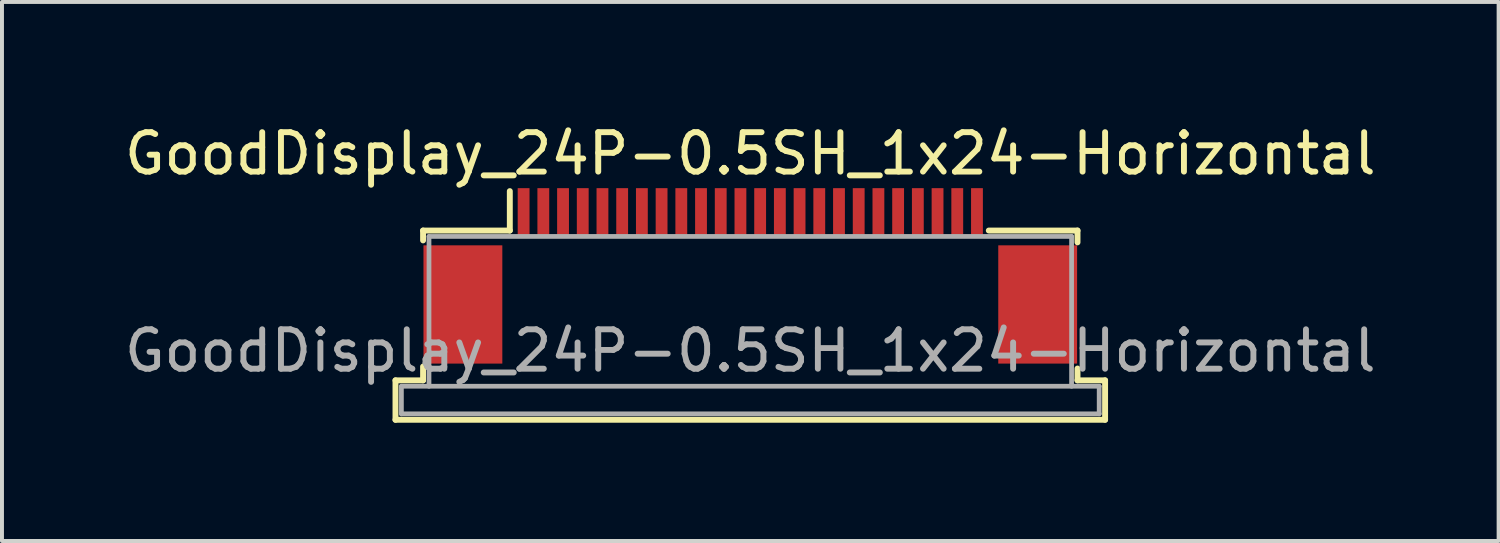
<source format=kicad_pcb>
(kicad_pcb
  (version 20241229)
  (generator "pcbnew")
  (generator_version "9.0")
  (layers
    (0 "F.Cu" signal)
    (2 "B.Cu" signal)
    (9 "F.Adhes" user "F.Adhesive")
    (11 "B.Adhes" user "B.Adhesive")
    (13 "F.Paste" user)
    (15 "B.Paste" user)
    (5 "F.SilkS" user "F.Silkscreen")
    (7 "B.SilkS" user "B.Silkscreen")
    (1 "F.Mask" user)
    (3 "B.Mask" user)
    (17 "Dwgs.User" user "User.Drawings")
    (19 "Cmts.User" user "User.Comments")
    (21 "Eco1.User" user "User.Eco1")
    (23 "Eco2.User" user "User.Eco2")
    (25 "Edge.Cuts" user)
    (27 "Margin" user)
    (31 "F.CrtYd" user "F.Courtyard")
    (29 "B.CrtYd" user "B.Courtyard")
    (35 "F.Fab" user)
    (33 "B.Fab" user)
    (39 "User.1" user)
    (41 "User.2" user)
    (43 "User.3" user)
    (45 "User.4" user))
  (footprint "GoodDisplay_24P-0.5SH_1x24-Horizontal"
    (layer "F.Cu")
    (at 15.982 4.598)
    (property "Reference" "GoodDisplay_24P-0.5SH_1x24-Horizontal" (at 0 -3.75 0) (layer "F.SilkS") (effects (font (size 1 1) (thickness 0.15))))
    (attr smd)
    (fp_line (start -9 2) (end -9 3) (stroke (width 0.15) (type solid)) (layer "F.SilkS"))
    (fp_line (start -9 3) (end 9 3) (stroke (width 0.15) (type solid)) (layer "F.SilkS"))
    (fp_line (start -8.3 -1.8) (end -8.3 -1.55) (stroke (width 0.15) (type solid)) (layer "F.SilkS"))
    (fp_line (start -8.3 1.65) (end -8.3 2) (stroke (width 0.15) (type solid)) (layer "F.SilkS"))
    (fp_line (start -8.3 2) (end -9 2) (stroke (width 0.15) (type solid)) (layer "F.SilkS"))
    (fp_line (start -6.1 -2.8) (end -6.1 -1.8) (stroke (width 0.15) (type solid)) (layer "F.SilkS"))
    (fp_line (start -6.1 -1.8) (end -8.3 -1.8) (stroke (width 0.15) (type solid)) (layer "F.SilkS"))
    (fp_line (start 8.3 -1.8) (end 6.05 -1.8) (stroke (width 0.15) (type solid)) (layer "F.SilkS"))
    (fp_line (start 8.3 -1.5) (end 8.3 -1.8) (stroke (width 0.15) (type solid)) (layer "F.SilkS"))
    (fp_line (start 8.3 2) (end 8.3 1.7) (stroke (width 0.15) (type solid)) (layer "F.SilkS"))
    (fp_line (start 9 2) (end 8.3 2) (stroke (width 0.15) (type solid)) (layer "F.SilkS"))
    (fp_line (start 9 3) (end 9 2) (stroke (width 0.15) (type solid)) (layer "F.SilkS"))
    (fp_line (start -8.85 2.15) (end 8.85 2.15) (stroke (width 0.12) (type solid)) (layer "F.Fab"))
    (fp_line (start -8.85 2.85) (end -8.85 2.15) (stroke (width 0.12) (type solid)) (layer "F.Fab"))
    (fp_line (start -8.15 -1.65) (end -8.15 2.15) (stroke (width 0.12) (type solid)) (layer "F.Fab"))
    (fp_line (start 8.15 -1.65) (end -8.15 -1.65) (stroke (width 0.12) (type solid)) (layer "F.Fab"))
    (fp_line (start 8.15 2.15) (end 8.15 -1.65) (stroke (width 0.12) (type solid)) (layer "F.Fab"))
    (fp_line (start 8.85 2.15) (end 8.85 2.85) (stroke (width 0.12) (type solid)) (layer "F.Fab"))
    (fp_line (start 8.85 2.85) (end -8.85 2.85) (stroke (width 0.12) (type solid)) (layer "F.Fab"))
    (fp_text user "${REFERENCE}" (at 0 1.25 0) (layer "F.Fab") (effects (font (size 1 1) (thickness 0.15))))
    (pad "" smd rect (at -7.29 0.075) (size 2 3) (layers "F.Cu" "F.Mask" "F.Paste"))
    (pad "" smd rect (at 7.29 0.075) (size 2 3) (layers "F.Cu" "F.Mask" "F.Paste"))
    (pad "1" smd rect (at 5.75 -2.25 180) (size 0.3 1.25) (layers "F.Cu" "F.Mask" "F.Paste"))
    (pad "2" smd rect (at 5.25 -2.25 180) (size 0.3 1.25) (layers "F.Cu" "F.Mask" "F.Paste"))
    (pad "3" smd rect (at 4.75 -2.25 180) (size 0.3 1.25) (layers "F.Cu" "F.Mask" "F.Paste"))
    (pad "4" smd rect (at 4.25 -2.25 180) (size 0.3 1.25) (layers "F.Cu" "F.Mask" "F.Paste"))
    (pad "5" smd rect (at 3.75 -2.25 180) (size 0.3 1.25) (layers "F.Cu" "F.Mask" "F.Paste"))
    (pad "6" smd rect (at 3.25 -2.25 180) (size 0.3 1.25) (layers "F.Cu" "F.Mask" "F.Paste"))
    (pad "7" smd rect (at 2.75 -2.25 180) (size 0.3 1.25) (layers "F.Cu" "F.Mask" "F.Paste"))
    (pad "8" smd rect (at 2.25 -2.25 180) (size 0.3 1.25) (layers "F.Cu" "F.Mask" "F.Paste"))
    (pad "9" smd rect (at 1.75 -2.25 180) (size 0.3 1.25) (layers "F.Cu" "F.Mask" "F.Paste"))
    (pad "10" smd rect (at 1.25 -2.25 180) (size 0.3 1.25) (layers "F.Cu" "F.Mask" "F.Paste"))
    (pad "11" smd rect (at 0.75 -2.25 180) (size 0.3 1.25) (layers "F.Cu" "F.Mask" "F.Paste"))
    (pad "12" smd rect (at 0.25 -2.25 180) (size 0.3 1.25) (layers "F.Cu" "F.Mask" "F.Paste"))
    (pad "13" smd rect (at -0.25 -2.25 180) (size 0.3 1.25) (layers "F.Cu" "F.Mask" "F.Paste"))
    (pad "14" smd rect (at -0.75 -2.25 180) (size 0.3 1.25) (layers "F.Cu" "F.Mask" "F.Paste"))
    (pad "15" smd rect (at -1.25 -2.25 180) (size 0.3 1.25) (layers "F.Cu" "F.Mask" "F.Paste"))
    (pad "16" smd rect (at -1.75 -2.25 180) (size 0.3 1.25) (layers "F.Cu" "F.Mask" "F.Paste"))
    (pad "17" smd rect (at -2.25 -2.25 180) (size 0.3 1.25) (layers "F.Cu" "F.Mask" "F.Paste"))
    (pad "18" smd rect (at -2.75 -2.25 180) (size 0.3 1.25) (layers "F.Cu" "F.Mask" "F.Paste"))
    (pad "19" smd rect (at -3.25 -2.25 180) (size 0.3 1.25) (layers "F.Cu" "F.Mask" "F.Paste"))
    (pad "20" smd rect (at -3.75 -2.25 180) (size 0.3 1.25) (layers "F.Cu" "F.Mask" "F.Paste"))
    (pad "21" smd rect (at -4.25 -2.25 180) (size 0.3 1.25) (layers "F.Cu" "F.Mask" "F.Paste"))
    (pad "22" smd rect (at -4.75 -2.25 180) (size 0.3 1.25) (layers "F.Cu" "F.Mask" "F.Paste"))
    (pad "23" smd rect (at -5.25 -2.25 180) (size 0.3 1.25) (layers "F.Cu" "F.Mask" "F.Paste"))
    (pad "24" smd rect (at -5.75 -2.25 180) (size 0.3 1.25) (layers "F.Cu" "F.Mask" "F.Paste")))
  (gr_rect
    (start -3 -3)
    (end 34.964 10.673)
    (stroke (width 0.1) (type default))
    (fill no)
    (layer "Edge.Cuts")))
</source>
